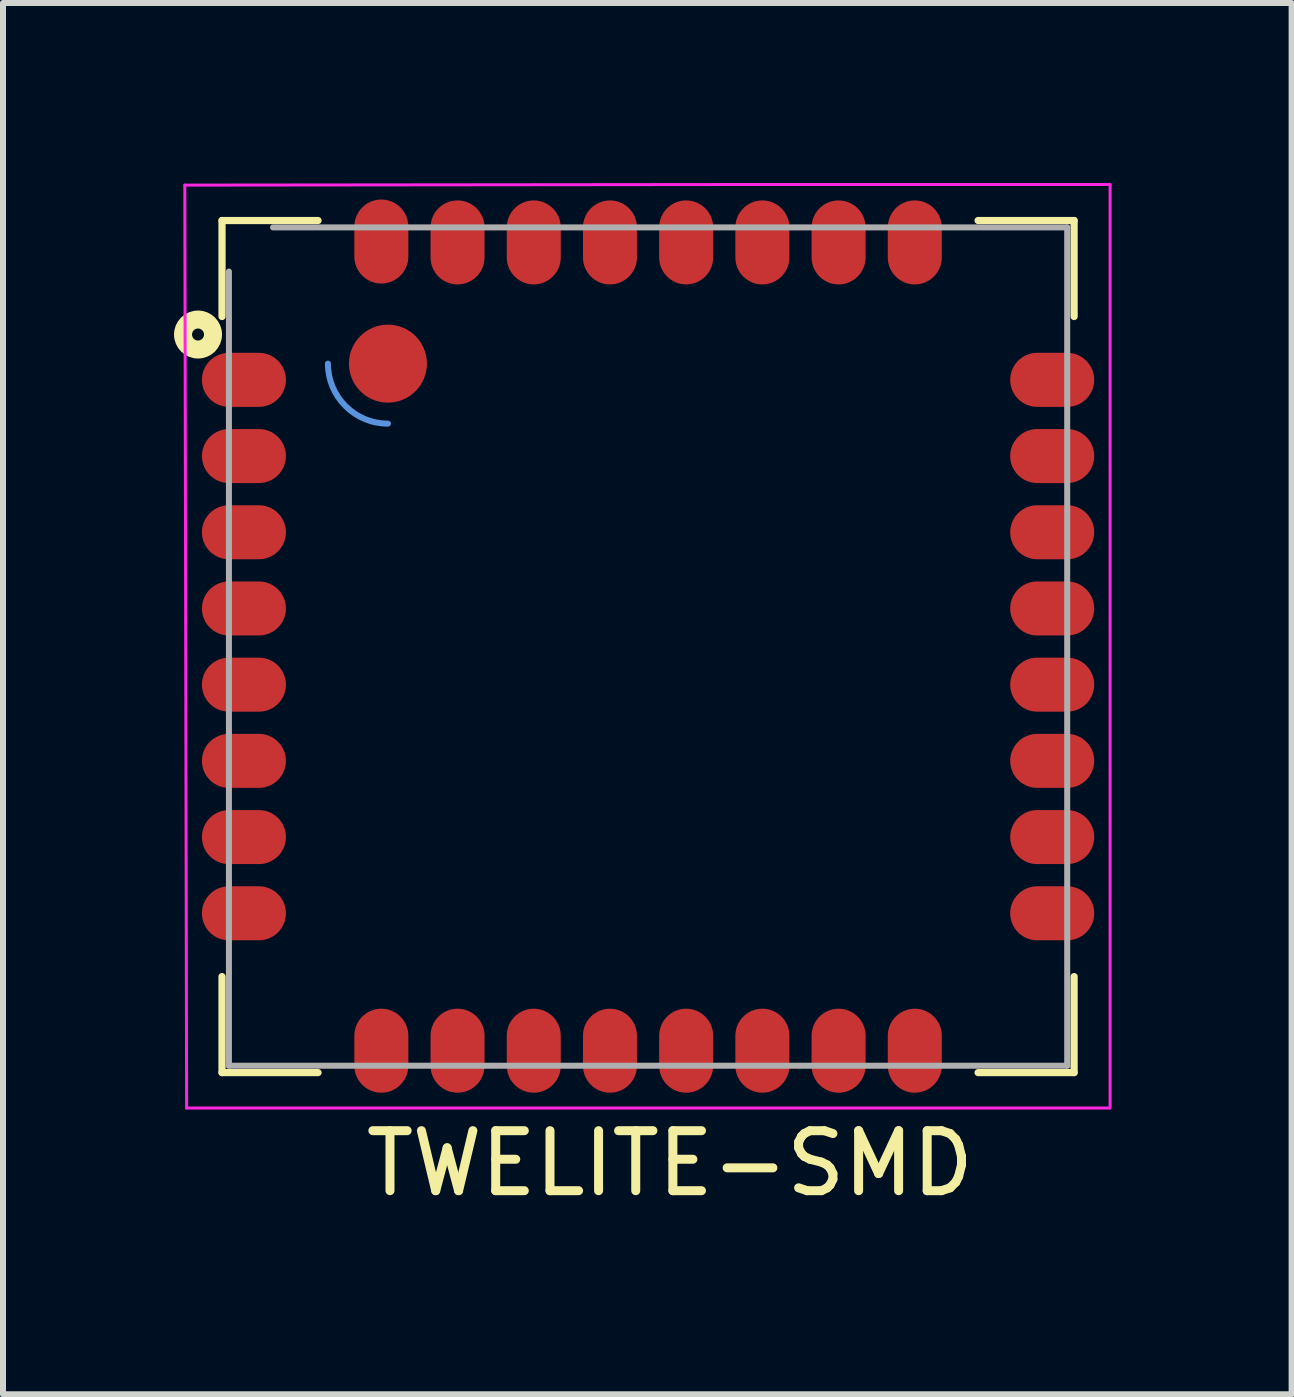
<source format=kicad_pcb>
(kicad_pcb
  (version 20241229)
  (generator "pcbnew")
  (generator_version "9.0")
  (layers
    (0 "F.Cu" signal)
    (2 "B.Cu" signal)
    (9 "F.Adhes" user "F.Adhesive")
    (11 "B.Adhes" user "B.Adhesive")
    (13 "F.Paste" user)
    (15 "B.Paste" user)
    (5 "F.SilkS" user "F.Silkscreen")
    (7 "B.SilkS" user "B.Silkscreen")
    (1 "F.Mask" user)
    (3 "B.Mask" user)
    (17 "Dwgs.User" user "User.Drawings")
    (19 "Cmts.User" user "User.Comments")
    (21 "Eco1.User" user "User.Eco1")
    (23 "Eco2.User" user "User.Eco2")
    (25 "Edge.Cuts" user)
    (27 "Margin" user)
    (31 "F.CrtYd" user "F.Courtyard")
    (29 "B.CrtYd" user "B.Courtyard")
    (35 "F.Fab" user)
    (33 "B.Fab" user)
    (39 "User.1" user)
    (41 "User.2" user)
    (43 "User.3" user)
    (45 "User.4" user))
  (footprint "TWELITE-SMD"
    (layer "F.Cu")
    (at 7.75 7.725)
    (property "Reference" "TWELITE-SMD" (at 0.366 8.613 0) (layer "F.SilkS") (effects (font (size 1 1) (thickness 0.15))))
    (attr through_hole)
    (fp_line (start -7.1 -7.1) (end -7.1 -5.5) (stroke (width 0.12) (type solid)) (layer "F.SilkS"))
    (fp_line (start -7.1 -7.1) (end -5.5 -7.1) (stroke (width 0.12) (type solid)) (layer "F.SilkS"))
    (fp_line (start -7.1 7.1) (end -7.1 5.5) (stroke (width 0.12) (type solid)) (layer "F.SilkS"))
    (fp_line (start -5.5 7.1) (end -7.1 7.1) (stroke (width 0.12) (type solid)) (layer "F.SilkS"))
    (fp_line (start 7.1 -7.1) (end 5.5 -7.1) (stroke (width 0.12) (type solid)) (layer "F.SilkS"))
    (fp_line (start 7.1 -7.1) (end 7.1 -5.5) (stroke (width 0.12) (type solid)) (layer "F.SilkS"))
    (fp_line (start 7.1 7.1) (end 5.5 7.1) (stroke (width 0.12) (type solid)) (layer "F.SilkS"))
    (fp_line (start 7.1 7.1) (end 7.1 5.5) (stroke (width 0.12) (type solid)) (layer "F.SilkS"))
    (fp_circle (center -7.5 -5.2) (end -7.4 -5.2) (stroke (width 0.3) (type solid)) (fill no) (layer "F.SilkS"))
    (fp_circle (center -4.335 -4.715) (end -4.035 -4.715) (stroke (width 0.75) (type solid)) (fill no) (layer "F.Paste"))
    (fp_arc (start -4.335 -3.715) (mid -5.042107 -4.007893) (end -5.335 -4.715) (stroke (width 0.1) (type solid)) (layer "Cmts.User"))
    (fp_line (start -7.72 -7.69) (end -7.69 7.69) (stroke (width 0.05) (type solid)) (layer "F.CrtYd"))
    (fp_line (start -7.69 7.69) (end 7.69 7.69) (stroke (width 0.05) (type solid)) (layer "F.CrtYd"))
    (fp_line (start 1.3 -7.7) (end -7.72 -7.69) (stroke (width 0.05) (type solid)) (layer "F.CrtYd"))
    (fp_line (start 7.7 -7.7) (end 1.3 -7.7) (stroke (width 0.05) (type solid)) (layer "F.CrtYd"))
    (fp_line (start 7.7 7.69) (end 7.7 -7.7) (stroke (width 0.05) (type solid)) (layer "F.CrtYd"))
    (fp_line (start -6.985 -6.25) (end -6.985 6.985) (stroke (width 0.1) (type solid)) (layer "F.Fab"))
    (fp_line (start -6.985 6.985) (end 6.985 6.985) (stroke (width 0.1) (type solid)) (layer "F.Fab"))
    (fp_line (start 6.985 -6.985) (end -6.25 -6.985) (stroke (width 0.1) (type solid)) (layer "F.Fab"))
    (fp_line (start 6.985 6.985) (end 6.985 -6.985) (stroke (width 0.1) (type solid)) (layer "F.Fab"))
    (pad "" smd circle (at -4.335 -4.715) (size 1.3 1.3) (layers "F.Cu" "F.Mask"))
    (pad "1" smd oval (at -6.735 -4.445 180) (size 1.4 0.9) (layers "F.Cu" "F.Mask" "F.Paste"))
    (pad "2" smd oval (at -6.735 -3.175 180) (size 1.4 0.9) (layers "F.Cu" "F.Mask" "F.Paste"))
    (pad "3" smd oval (at -6.735 -1.905 180) (size 1.4 0.9) (layers "F.Cu" "F.Mask" "F.Paste"))
    (pad "4" smd oval (at -6.735 -0.635 180) (size 1.4 0.9) (layers "F.Cu" "F.Mask" "F.Paste"))
    (pad "5" smd oval (at -6.735 0.635 180) (size 1.4 0.9) (layers "F.Cu" "F.Mask" "F.Paste"))
    (pad "6" smd oval (at -6.735 1.905 180) (size 1.4 0.9) (layers "F.Cu" "F.Mask" "F.Paste"))
    (pad "7" smd oval (at -6.735 3.175 180) (size 1.4 0.9) (layers "F.Cu" "F.Mask" "F.Paste"))
    (pad "8" smd oval (at -6.735 4.445 180) (size 1.4 0.9) (layers "F.Cu" "F.Mask" "F.Paste"))
    (pad "9" smd oval (at -4.445 6.735 270) (size 1.4 0.9) (layers "F.Cu" "F.Mask" "F.Paste"))
    (pad "10" smd oval (at -3.175 6.735 270) (size 1.4 0.9) (layers "F.Cu" "F.Mask" "F.Paste"))
    (pad "11" smd oval (at -1.905 6.735 270) (size 1.4 0.9) (layers "F.Cu" "F.Mask" "F.Paste"))
    (pad "12" smd oval (at -0.635 6.735 270) (size 1.4 0.9) (layers "F.Cu" "F.Mask" "F.Paste"))
    (pad "13" smd oval (at 0.635 6.735 270) (size 1.4 0.9) (layers "F.Cu" "F.Mask" "F.Paste"))
    (pad "14" smd oval (at 1.905 6.735 270) (size 1.4 0.9) (layers "F.Cu" "F.Mask" "F.Paste"))
    (pad "15" smd oval (at 3.175 6.735 270) (size 1.4 0.9) (layers "F.Cu" "F.Mask" "F.Paste"))
    (pad "16" smd oval (at 4.445 6.735 270) (size 1.4 0.9) (layers "F.Cu" "F.Mask" "F.Paste"))
    (pad "17" smd oval (at 6.735 4.445) (size 1.4 0.9) (layers "F.Cu" "F.Mask" "F.Paste"))
    (pad "18" smd oval (at 6.735 3.175) (size 1.4 0.9) (layers "F.Cu" "F.Mask" "F.Paste"))
    (pad "19" smd oval (at 6.735 1.905) (size 1.4 0.9) (layers "F.Cu" "F.Mask" "F.Paste"))
    (pad "20" smd oval (at 6.735 0.635) (size 1.4 0.9) (layers "F.Cu" "F.Mask" "F.Paste"))
    (pad "21" smd oval (at 6.735 -0.635) (size 1.4 0.9) (layers "F.Cu" "F.Mask" "F.Paste"))
    (pad "22" smd oval (at 6.735 -1.905) (size 1.4 0.9) (layers "F.Cu" "F.Mask" "F.Paste"))
    (pad "23" smd oval (at 6.735 -3.175) (size 1.4 0.9) (layers "F.Cu" "F.Mask" "F.Paste"))
    (pad "24" smd oval (at 6.735 -4.445) (size 1.4 0.9) (layers "F.Cu" "F.Mask" "F.Paste"))
    (pad "25" smd oval (at 4.445 -6.735 90) (size 1.4 0.9) (layers "F.Cu" "F.Mask" "F.Paste"))
    (pad "26" smd oval (at 3.175 -6.735 90) (size 1.4 0.9) (layers "F.Cu" "F.Mask" "F.Paste"))
    (pad "27" smd oval (at 1.905 -6.735 90) (size 1.4 0.9) (layers "F.Cu" "F.Mask" "F.Paste"))
    (pad "28" smd oval (at 0.635 -6.735 90) (size 1.4 0.9) (layers "F.Cu" "F.Mask" "F.Paste"))
    (pad "29" smd oval (at -0.635 -6.735 90) (size 1.4 0.9) (layers "F.Cu" "F.Mask" "F.Paste"))
    (pad "30" smd oval (at -1.905 -6.735 90) (size 1.4 0.9) (layers "F.Cu" "F.Mask" "F.Paste"))
    (pad "31" smd oval (at -3.175 -6.735 90) (size 1.4 0.9) (layers "F.Cu" "F.Mask" "F.Paste"))
    (pad "32" smd oval (at -4.445 -6.75 90) (size 1.4 0.9) (layers "F.Cu" "F.Mask" "F.Paste")))
  (gr_rect
    (start -3 -3)
    (end 18.475 20.186)
    (stroke (width 0.1) (type default))
    (fill no)
    (layer "Edge.Cuts")))
</source>
